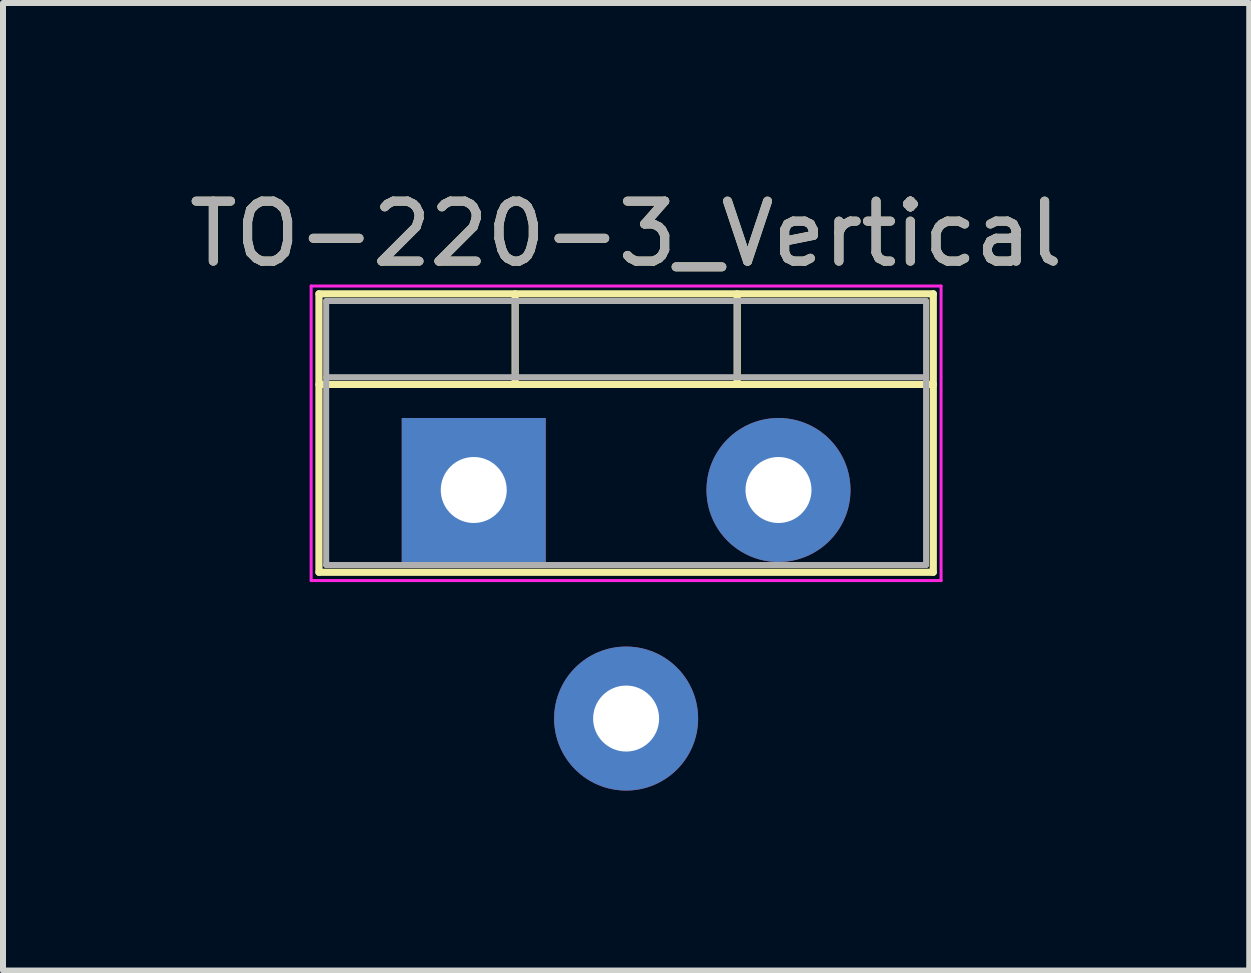
<source format=kicad_pcb>
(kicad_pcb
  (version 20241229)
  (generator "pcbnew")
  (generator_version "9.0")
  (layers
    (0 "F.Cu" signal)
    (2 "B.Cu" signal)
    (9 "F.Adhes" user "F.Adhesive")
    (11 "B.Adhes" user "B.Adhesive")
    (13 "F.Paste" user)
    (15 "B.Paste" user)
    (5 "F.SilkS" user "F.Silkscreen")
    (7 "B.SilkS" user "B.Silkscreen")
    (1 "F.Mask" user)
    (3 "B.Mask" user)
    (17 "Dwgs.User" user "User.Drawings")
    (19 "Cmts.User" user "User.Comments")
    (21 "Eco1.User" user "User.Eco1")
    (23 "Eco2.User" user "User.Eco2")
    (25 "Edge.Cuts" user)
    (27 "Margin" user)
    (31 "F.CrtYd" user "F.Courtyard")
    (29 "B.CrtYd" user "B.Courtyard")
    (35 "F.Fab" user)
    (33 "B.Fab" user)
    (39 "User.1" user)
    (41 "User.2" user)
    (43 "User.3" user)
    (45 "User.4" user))
  (footprint "TO-220-3_Vertical"
    (layer "F.Cu")
    (at 4.847 5.118)
    (property "Reference" "TO-220-3_Vertical" (at 2.54 -4.27 0) (layer "F.SilkS") (effects (font (size 1 1) (thickness 0.15))))
    (attr through_hole)
    (fp_line (start -2.58 -3.27) (end -2.58 1.371) (stroke (width 0.12) (type solid)) (layer "F.SilkS"))
    (fp_line (start -2.58 -3.27) (end 7.66 -3.27) (stroke (width 0.12) (type solid)) (layer "F.SilkS"))
    (fp_line (start -2.58 -1.76) (end 7.66 -1.76) (stroke (width 0.12) (type solid)) (layer "F.SilkS"))
    (fp_line (start -2.58 1.371) (end 7.66 1.371) (stroke (width 0.12) (type solid)) (layer "F.SilkS"))
    (fp_line (start 0.69 -3.27) (end 0.69 -1.76) (stroke (width 0.12) (type solid)) (layer "F.SilkS"))
    (fp_line (start 4.391 -3.27) (end 4.391 -1.76) (stroke (width 0.12) (type solid)) (layer "F.SilkS"))
    (fp_line (start 7.66 -3.27) (end 7.66 1.371) (stroke (width 0.12) (type solid)) (layer "F.SilkS"))
    (fp_line (start -2.71 -3.4) (end -2.71 1.51) (stroke (width 0.05) (type solid)) (layer "F.CrtYd"))
    (fp_line (start -2.71 1.51) (end 7.79 1.51) (stroke (width 0.05) (type solid)) (layer "F.CrtYd"))
    (fp_line (start 7.79 -3.4) (end -2.71 -3.4) (stroke (width 0.05) (type solid)) (layer "F.CrtYd"))
    (fp_line (start 7.79 1.51) (end 7.79 -3.4) (stroke (width 0.05) (type solid)) (layer "F.CrtYd"))
    (fp_line (start -2.46 -3.15) (end -2.46 1.25) (stroke (width 0.1) (type solid)) (layer "F.Fab"))
    (fp_line (start -2.46 -1.88) (end 7.54 -1.88) (stroke (width 0.1) (type solid)) (layer "F.Fab"))
    (fp_line (start -2.46 1.25) (end 7.54 1.25) (stroke (width 0.1) (type solid)) (layer "F.Fab"))
    (fp_line (start 0.69 -3.15) (end 0.69 -1.88) (stroke (width 0.1) (type solid)) (layer "F.Fab"))
    (fp_line (start 4.39 -3.15) (end 4.39 -1.88) (stroke (width 0.1) (type solid)) (layer "F.Fab"))
    (fp_line (start 7.54 -3.15) (end -2.46 -3.15) (stroke (width 0.1) (type solid)) (layer "F.Fab"))
    (fp_line (start 7.54 1.25) (end 7.54 -3.15) (stroke (width 0.1) (type solid)) (layer "F.Fab"))
    (fp_text user "${REFERENCE}" (at 2.54 -4.27 0) (layer "F.Fab") (effects (font (size 1 1) (thickness 0.15))))
    (pad "1" thru_hole rect (at 0 0) (size 2.4 2.4) (drill 1.1) (layers "*.Cu" "*.Mask"))
    (pad "2" thru_hole circle (at 2.54 3.81) (size 2.4 2.4) (drill 1.1) (layers "*.Cu" "*.Mask"))
    (pad "3" thru_hole circle (at 5.08 0) (size 2.4 2.4) (drill 1.1) (layers "*.Cu" "*.Mask")))
  (gr_rect
    (start -3 -3)
    (end 17.774 13.128)
    (stroke (width 0.1) (type default))
    (fill no)
    (layer "Edge.Cuts")))
</source>
